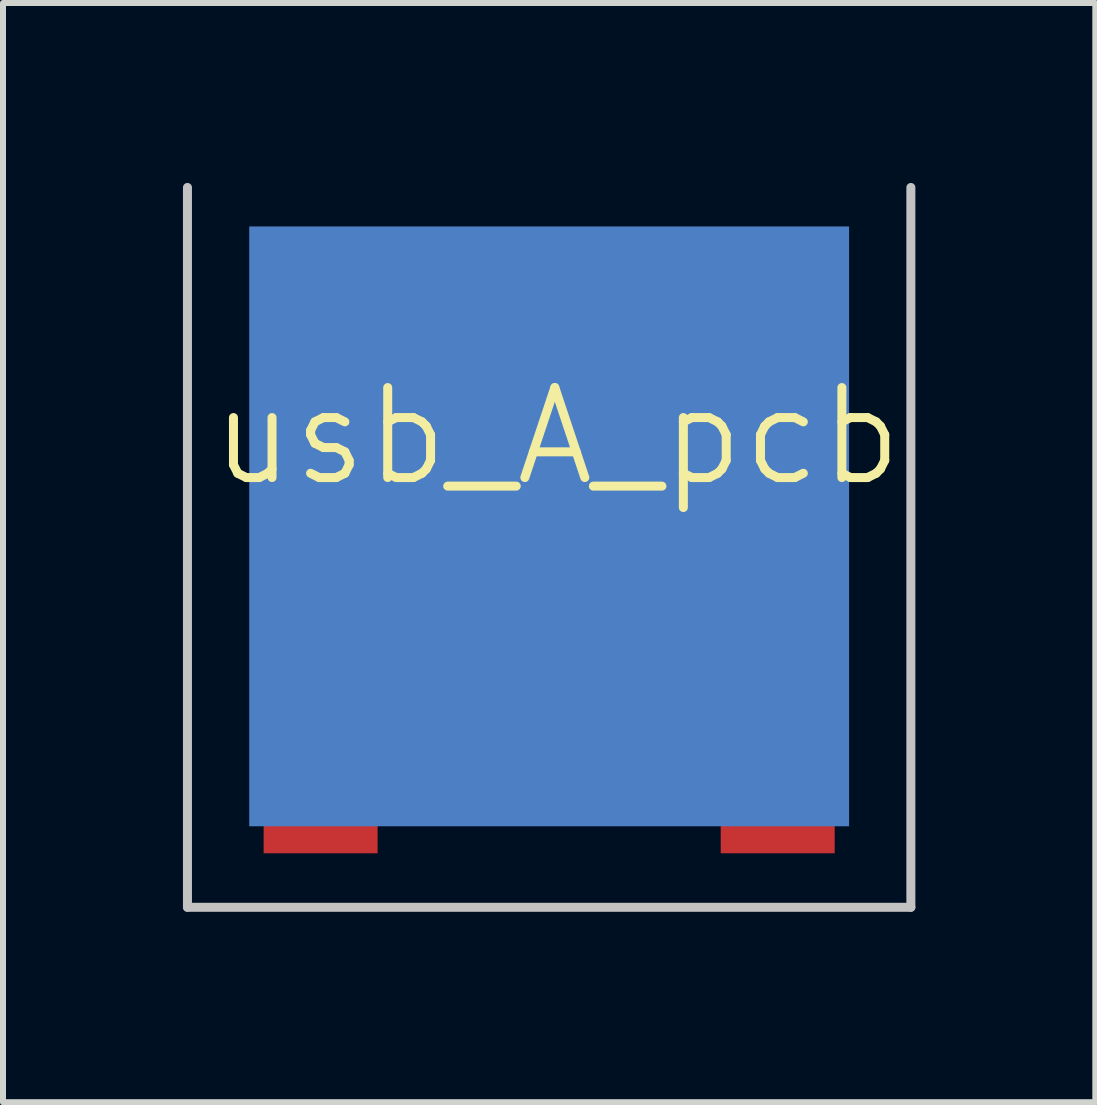
<source format=kicad_pcb>
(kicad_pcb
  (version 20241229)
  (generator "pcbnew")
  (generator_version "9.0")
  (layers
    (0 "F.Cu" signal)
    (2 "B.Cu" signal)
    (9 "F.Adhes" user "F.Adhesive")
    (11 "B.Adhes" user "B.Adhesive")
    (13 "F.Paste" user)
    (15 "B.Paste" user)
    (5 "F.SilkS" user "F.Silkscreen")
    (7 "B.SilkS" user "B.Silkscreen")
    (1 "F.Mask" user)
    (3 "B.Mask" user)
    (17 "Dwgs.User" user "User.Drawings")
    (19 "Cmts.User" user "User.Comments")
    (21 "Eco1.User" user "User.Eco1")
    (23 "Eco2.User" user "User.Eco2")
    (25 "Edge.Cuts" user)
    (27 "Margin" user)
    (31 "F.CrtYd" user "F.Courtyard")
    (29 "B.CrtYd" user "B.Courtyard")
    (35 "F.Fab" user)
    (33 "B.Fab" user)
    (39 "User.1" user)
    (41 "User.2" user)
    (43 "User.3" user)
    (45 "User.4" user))
  (footprint "usb_A_pcb"
    (layer "F.Cu")
    (at 6.105 12.075)
    (property "Reference" "usb_A_pcb" (at 0.13 -7.85 0) (layer "F.SilkS") (effects (font (size 1.5 1.5) (thickness 0.15))))
    (attr exclude_from_pos_files exclude_from_bom)
    (fp_line (start -6.03 0) (end -6.03 -12) (stroke (width 0.15) (type solid)) (layer "Dwgs.User"))
    (fp_line (start 6.03 0) (end -6.03 0) (stroke (width 0.15) (type solid)) (layer "Dwgs.User"))
    (fp_line (start 6.03 0) (end 6.03 -12) (stroke (width 0.15) (type solid)) (layer "Dwgs.User"))
    (pad "1" connect rect (at 3.81 -4.9) (size 1.9 8) (layers "F.Cu" "F.Mask"))
    (pad "2" connect rect (at 1.3 -5.15) (size 2 7.5) (layers "F.Cu" "F.Mask"))
    (pad "3" connect rect (at -1.3 -5.15) (size 2 7.5) (layers "F.Cu" "F.Mask"))
    (pad "4" connect rect (at -3.81 -4.9) (size 1.9 8) (layers "F.Cu" "F.Mask"))
    (pad "5" smd rect (at 0 -6.35) (size 10 10) (layers "F.Mask" "B.Cu" "F.Paste")))
  (gr_rect
    (start -3 -3)
    (end 15.21 15.325)
    (stroke (width 0.1) (type default))
    (fill no)
    (layer "Edge.Cuts")))
</source>
